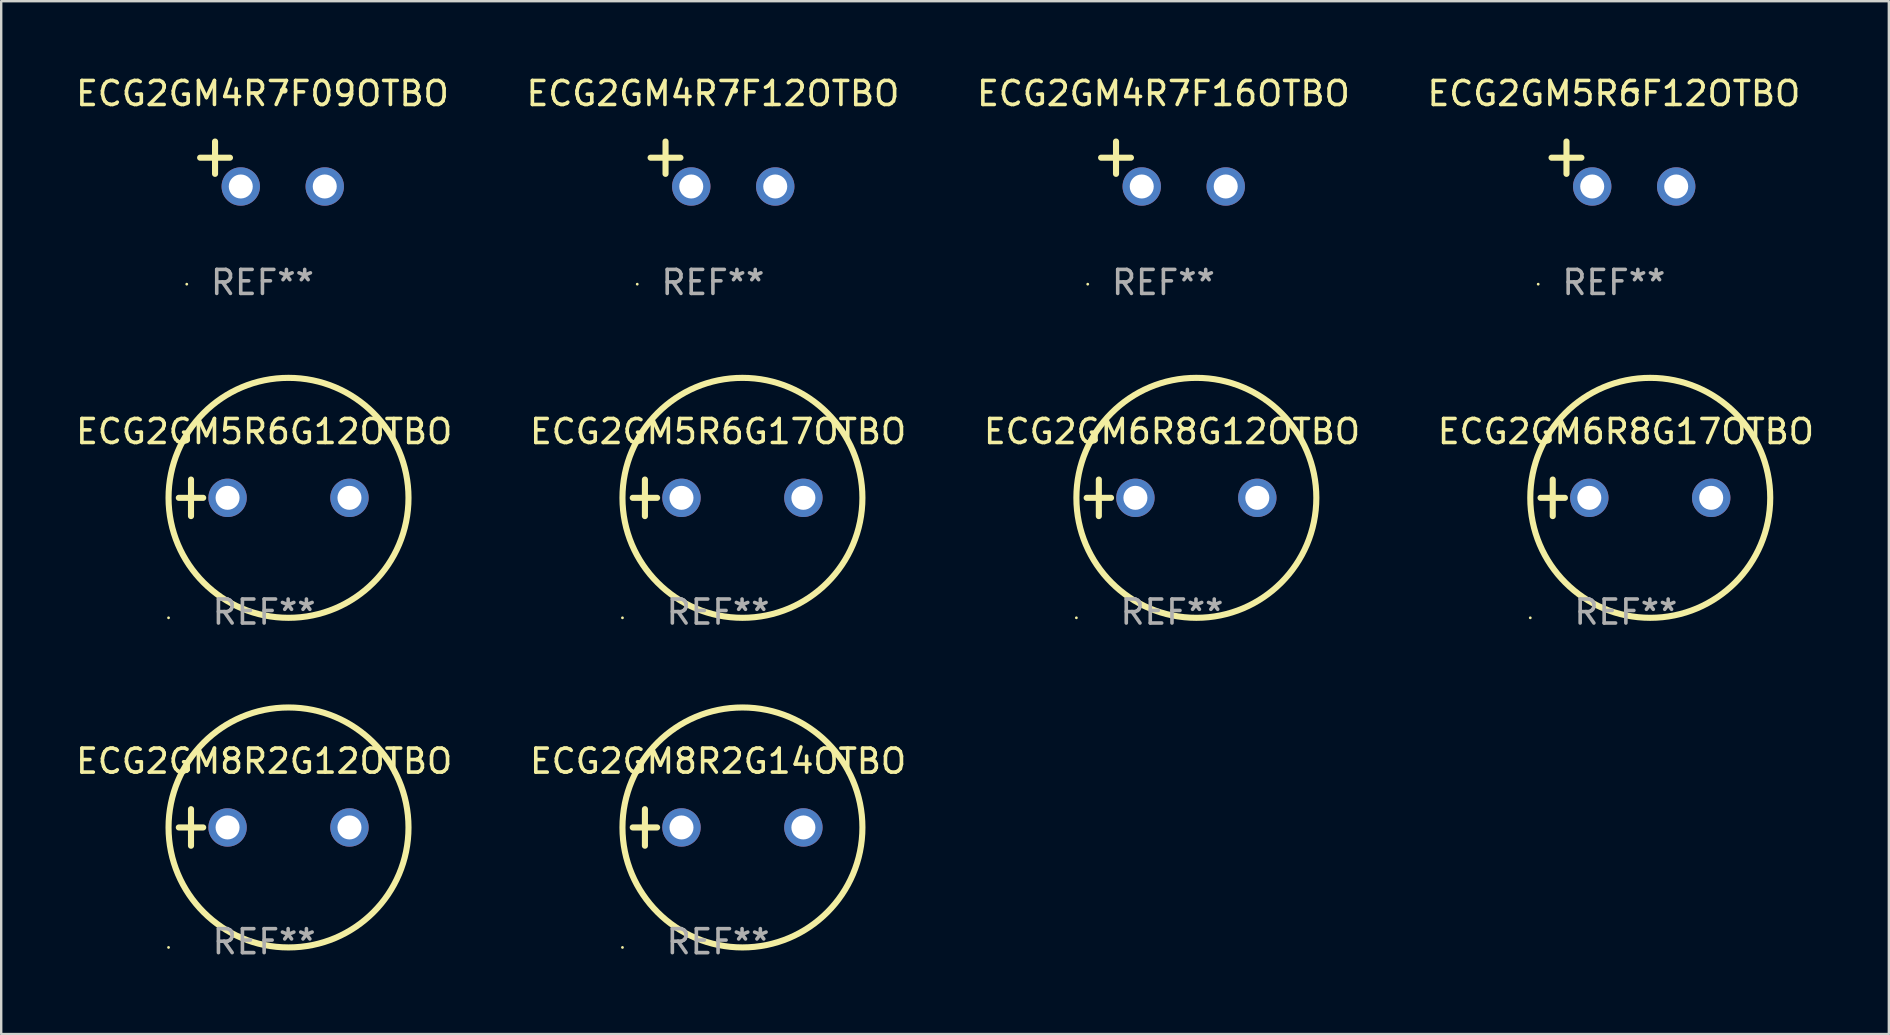
<source format=kicad_pcb>
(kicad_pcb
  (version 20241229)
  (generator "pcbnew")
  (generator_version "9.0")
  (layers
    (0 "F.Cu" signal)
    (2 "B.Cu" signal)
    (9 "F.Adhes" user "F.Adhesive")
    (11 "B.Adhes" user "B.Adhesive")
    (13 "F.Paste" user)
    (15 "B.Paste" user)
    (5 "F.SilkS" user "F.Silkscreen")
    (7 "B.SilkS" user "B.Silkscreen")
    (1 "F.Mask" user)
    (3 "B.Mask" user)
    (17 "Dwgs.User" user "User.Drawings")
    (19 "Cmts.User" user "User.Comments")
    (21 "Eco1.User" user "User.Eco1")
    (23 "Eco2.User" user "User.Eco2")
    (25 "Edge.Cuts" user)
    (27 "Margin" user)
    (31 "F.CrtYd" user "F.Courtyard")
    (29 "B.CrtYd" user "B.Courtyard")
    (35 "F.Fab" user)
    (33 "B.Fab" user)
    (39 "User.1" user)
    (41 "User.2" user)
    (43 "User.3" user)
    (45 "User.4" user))
  (footprint "ECG2GM4R7F16OTBO"
    (layer "F.Cu")
    (at 45.435 3.785)
    (property "Reference" "ECG2GM4R7F16OTBO" (at 0 -2.937 0) (layer "F.SilkS") (effects (font (size 1 1) (thickness 0.15))))
    (attr through_hole)
    (fp_line (start -1.975 0.41) (end -1.975 -0.937) (stroke (width 0.254) (type solid)) (layer "F.SilkS"))
    (fp_line (start -1.353 -0.263) (end -2.597 -0.263) (stroke (width 0.254) (type solid)) (layer "F.SilkS"))
    (fp_arc (start 0.849809 -3.063957) (mid 0.885369 -3.064114) (end 0.920929 -3.063957) (stroke (width 0.254001) (type solid)) (layer "F.SilkS"))
    (fp_circle (center -3.154 5.008) (end -3.124 5.008) (stroke (width 0.06) (type solid)) (fill no) (layer "F.SilkS"))
    (fp_text user "REF**" (at 0 4.937 0) (layer "F.Fab") (effects (font (size 1 1) (thickness 0.15))))
    (pad "1" thru_hole circle (at -0.903 0.937) (size 1.6 1.6) (drill 1) (layers "*.Cu" "*.Mask"))
    (pad "2" thru_hole circle (at 2.597 0.937) (size 1.6 1.6) (drill 1) (layers "*.Cu" "*.Mask")))
  (footprint "ECG2GM5R6G17OTBO"
    (layer "F.Cu")
    (at 26.875 17.697)
    (property "Reference" "ECG2GM5R6G17OTBO" (at 0 -2.762 0) (layer "F.SilkS") (effects (font (size 1 1) (thickness 0.15))))
    (attr through_hole)
    (fp_line (start -3.556 0) (end -2.54 0) (stroke (width 0.254) (type solid)) (layer "F.SilkS"))
    (fp_line (start -3.048 -0.762) (end -3.048 0.762) (stroke (width 0.254) (type solid)) (layer "F.SilkS"))
    (fp_circle (center -3.984 5) (end -3.954 5) (stroke (width 0.06) (type solid)) (fill no) (layer "F.SilkS"))
    (fp_circle (center 1.016 0) (end 6.016 0) (stroke (width 0.254) (type solid)) (fill no) (layer "F.SilkS"))
    (fp_text user "REF**" (at 0 4.762 0) (layer "F.Fab") (effects (font (size 1 1) (thickness 0.15))))
    (pad "1" thru_hole circle (at -1.524 0) (size 1.6 1.6) (drill 1) (layers "*.Cu" "*.Mask"))
    (pad "2" thru_hole circle (at 3.556 0) (size 1.6 1.6) (drill 1) (layers "*.Cu" "*.Mask")))
  (footprint "ECG2GM6R8G17OTBO"
    (layer "F.Cu")
    (at 64.708 17.697)
    (property "Reference" "ECG2GM6R8G17OTBO" (at 0 -2.762 0) (layer "F.SilkS") (effects (font (size 1 1) (thickness 0.15))))
    (attr through_hole)
    (fp_line (start -3.556 0) (end -2.54 0) (stroke (width 0.254) (type solid)) (layer "F.SilkS"))
    (fp_line (start -3.048 -0.762) (end -3.048 0.762) (stroke (width 0.254) (type solid)) (layer "F.SilkS"))
    (fp_circle (center -3.984 5) (end -3.954 5) (stroke (width 0.06) (type solid)) (fill no) (layer "F.SilkS"))
    (fp_circle (center 1.016 0) (end 6.016 0) (stroke (width 0.254) (type solid)) (fill no) (layer "F.SilkS"))
    (fp_text user "REF**" (at 0 4.762 0) (layer "F.Fab") (effects (font (size 1 1) (thickness 0.15))))
    (pad "1" thru_hole circle (at -1.524 0) (size 1.6 1.6) (drill 1) (layers "*.Cu" "*.Mask"))
    (pad "2" thru_hole circle (at 3.556 0) (size 1.6 1.6) (drill 1) (layers "*.Cu" "*.Mask")))
  (footprint "ECG2GM5R6F12OTBO"
    (layer "F.Cu")
    (at 64.208 3.785)
    (property "Reference" "ECG2GM5R6F12OTBO" (at 0 -2.937 0) (layer "F.SilkS") (effects (font (size 1 1) (thickness 0.15))))
    (attr through_hole)
    (fp_line (start -1.975 0.41) (end -1.975 -0.937) (stroke (width 0.254) (type solid)) (layer "F.SilkS"))
    (fp_line (start -1.353 -0.263) (end -2.597 -0.263) (stroke (width 0.254) (type solid)) (layer "F.SilkS"))
    (fp_arc (start 0.849809 -3.063957) (mid 0.885369 -3.064114) (end 0.920929 -3.063957) (stroke (width 0.254001) (type solid)) (layer "F.SilkS"))
    (fp_circle (center -3.154 5.008) (end -3.124 5.008) (stroke (width 0.06) (type solid)) (fill no) (layer "F.SilkS"))
    (fp_text user "REF**" (at 0 4.937 0) (layer "F.Fab") (effects (font (size 1 1) (thickness 0.15))))
    (pad "1" thru_hole circle (at -0.903 0.937) (size 1.6 1.6) (drill 1) (layers "*.Cu" "*.Mask"))
    (pad "2" thru_hole circle (at 2.597 0.937) (size 1.6 1.6) (drill 1) (layers "*.Cu" "*.Mask")))
  (footprint "ECG2GM4R7F12OTBO"
    (layer "F.Cu")
    (at 26.661 3.785)
    (property "Reference" "ECG2GM4R7F12OTBO" (at 0 -2.937 0) (layer "F.SilkS") (effects (font (size 1 1) (thickness 0.15))))
    (attr through_hole)
    (fp_line (start -1.975 0.41) (end -1.975 -0.937) (stroke (width 0.254) (type solid)) (layer "F.SilkS"))
    (fp_line (start -1.353 -0.263) (end -2.597 -0.263) (stroke (width 0.254) (type solid)) (layer "F.SilkS"))
    (fp_arc (start 0.849809 -3.063957) (mid 0.885369 -3.064114) (end 0.920929 -3.063957) (stroke (width 0.254001) (type solid)) (layer "F.SilkS"))
    (fp_circle (center -3.154 5.008) (end -3.124 5.008) (stroke (width 0.06) (type solid)) (fill no) (layer "F.SilkS"))
    (fp_text user "REF**" (at 0 4.937 0) (layer "F.Fab") (effects (font (size 1 1) (thickness 0.15))))
    (pad "1" thru_hole circle (at -0.903 0.937) (size 1.6 1.6) (drill 1) (layers "*.Cu" "*.Mask"))
    (pad "2" thru_hole circle (at 2.597 0.937) (size 1.6 1.6) (drill 1) (layers "*.Cu" "*.Mask")))
  (footprint "ECG2GM4R7F09OTBO"
    (layer "F.Cu")
    (at 7.887 3.785)
    (property "Reference" "ECG2GM4R7F09OTBO" (at 0 -2.937 0) (layer "F.SilkS") (effects (font (size 1 1) (thickness 0.15))))
    (attr through_hole)
    (fp_line (start -1.975 0.41) (end -1.975 -0.937) (stroke (width 0.254) (type solid)) (layer "F.SilkS"))
    (fp_line (start -1.353 -0.263) (end -2.597 -0.263) (stroke (width 0.254) (type solid)) (layer "F.SilkS"))
    (fp_arc (start 0.849809 -3.063957) (mid 0.885369 -3.064114) (end 0.920929 -3.063957) (stroke (width 0.254001) (type solid)) (layer "F.SilkS"))
    (fp_circle (center -3.154 5.008) (end -3.124 5.008) (stroke (width 0.06) (type solid)) (fill no) (layer "F.SilkS"))
    (fp_text user "REF**" (at 0 4.937 0) (layer "F.Fab") (effects (font (size 1 1) (thickness 0.15))))
    (pad "1" thru_hole circle (at -0.903 0.937) (size 1.6 1.6) (drill 1) (layers "*.Cu" "*.Mask"))
    (pad "2" thru_hole circle (at 2.597 0.937) (size 1.6 1.6) (drill 1) (layers "*.Cu" "*.Mask")))
  (footprint "ECG2GM8R2G14OTBO"
    (layer "F.Cu")
    (at 26.875 31.434)
    (property "Reference" "ECG2GM8R2G14OTBO" (at 0 -2.762 0) (layer "F.SilkS") (effects (font (size 1 1) (thickness 0.15))))
    (attr through_hole)
    (fp_line (start -3.556 0) (end -2.54 0) (stroke (width 0.254) (type solid)) (layer "F.SilkS"))
    (fp_line (start -3.048 -0.762) (end -3.048 0.762) (stroke (width 0.254) (type solid)) (layer "F.SilkS"))
    (fp_circle (center -3.984 5) (end -3.954 5) (stroke (width 0.06) (type solid)) (fill no) (layer "F.SilkS"))
    (fp_circle (center 1.016 0) (end 6.016 0) (stroke (width 0.254) (type solid)) (fill no) (layer "F.SilkS"))
    (fp_text user "REF**" (at 0 4.762 0) (layer "F.Fab") (effects (font (size 1 1) (thickness 0.15))))
    (pad "1" thru_hole circle (at -1.524 0) (size 1.6 1.6) (drill 1) (layers "*.Cu" "*.Mask"))
    (pad "2" thru_hole circle (at 3.556 0) (size 1.6 1.6) (drill 1) (layers "*.Cu" "*.Mask")))
  (footprint "ECG2GM8R2G12OTBO"
    (layer "F.Cu")
    (at 7.958 31.434)
    (property "Reference" "ECG2GM8R2G12OTBO" (at 0 -2.762 0) (layer "F.SilkS") (effects (font (size 1 1) (thickness 0.15))))
    (attr through_hole)
    (fp_line (start -3.556 0) (end -2.54 0) (stroke (width 0.254) (type solid)) (layer "F.SilkS"))
    (fp_line (start -3.048 -0.762) (end -3.048 0.762) (stroke (width 0.254) (type solid)) (layer "F.SilkS"))
    (fp_circle (center -3.984 5) (end -3.954 5) (stroke (width 0.06) (type solid)) (fill no) (layer "F.SilkS"))
    (fp_circle (center 1.016 0) (end 6.016 0) (stroke (width 0.254) (type solid)) (fill no) (layer "F.SilkS"))
    (fp_text user "REF**" (at 0 4.762 0) (layer "F.Fab") (effects (font (size 1 1) (thickness 0.15))))
    (pad "1" thru_hole circle (at -1.524 0) (size 1.6 1.6) (drill 1) (layers "*.Cu" "*.Mask"))
    (pad "2" thru_hole circle (at 3.556 0) (size 1.6 1.6) (drill 1) (layers "*.Cu" "*.Mask")))
  (footprint "ECG2GM5R6G12OTBO"
    (layer "F.Cu")
    (at 7.958 17.697)
    (property "Reference" "ECG2GM5R6G12OTBO" (at 0 -2.762 0) (layer "F.SilkS") (effects (font (size 1 1) (thickness 0.15))))
    (attr through_hole)
    (fp_line (start -3.556 0) (end -2.54 0) (stroke (width 0.254) (type solid)) (layer "F.SilkS"))
    (fp_line (start -3.048 -0.762) (end -3.048 0.762) (stroke (width 0.254) (type solid)) (layer "F.SilkS"))
    (fp_circle (center -3.984 5) (end -3.954 5) (stroke (width 0.06) (type solid)) (fill no) (layer "F.SilkS"))
    (fp_circle (center 1.016 0) (end 6.016 0) (stroke (width 0.254) (type solid)) (fill no) (layer "F.SilkS"))
    (fp_text user "REF**" (at 0 4.762 0) (layer "F.Fab") (effects (font (size 1 1) (thickness 0.15))))
    (pad "1" thru_hole circle (at -1.524 0) (size 1.6 1.6) (drill 1) (layers "*.Cu" "*.Mask"))
    (pad "2" thru_hole circle (at 3.556 0) (size 1.6 1.6) (drill 1) (layers "*.Cu" "*.Mask")))
  (footprint "ECG2GM6R8G12OTBO"
    (layer "F.Cu")
    (at 45.792 17.697)
    (property "Reference" "ECG2GM6R8G12OTBO" (at 0 -2.762 0) (layer "F.SilkS") (effects (font (size 1 1) (thickness 0.15))))
    (attr through_hole)
    (fp_line (start -3.556 0) (end -2.54 0) (stroke (width 0.254) (type solid)) (layer "F.SilkS"))
    (fp_line (start -3.048 -0.762) (end -3.048 0.762) (stroke (width 0.254) (type solid)) (layer "F.SilkS"))
    (fp_circle (center -3.984 5) (end -3.954 5) (stroke (width 0.06) (type solid)) (fill no) (layer "F.SilkS"))
    (fp_circle (center 1.016 0) (end 6.016 0) (stroke (width 0.254) (type solid)) (fill no) (layer "F.SilkS"))
    (fp_text user "REF**" (at 0 4.762 0) (layer "F.Fab") (effects (font (size 1 1) (thickness 0.15))))
    (pad "1" thru_hole circle (at -1.524 0) (size 1.6 1.6) (drill 1) (layers "*.Cu" "*.Mask"))
    (pad "2" thru_hole circle (at 3.556 0) (size 1.6 1.6) (drill 1) (layers "*.Cu" "*.Mask")))
  (gr_rect
    (start -3 -3)
    (end 75.667 40.044)
    (stroke (width 0.1) (type default))
    (fill no)
    (layer "Edge.Cuts")))
</source>
